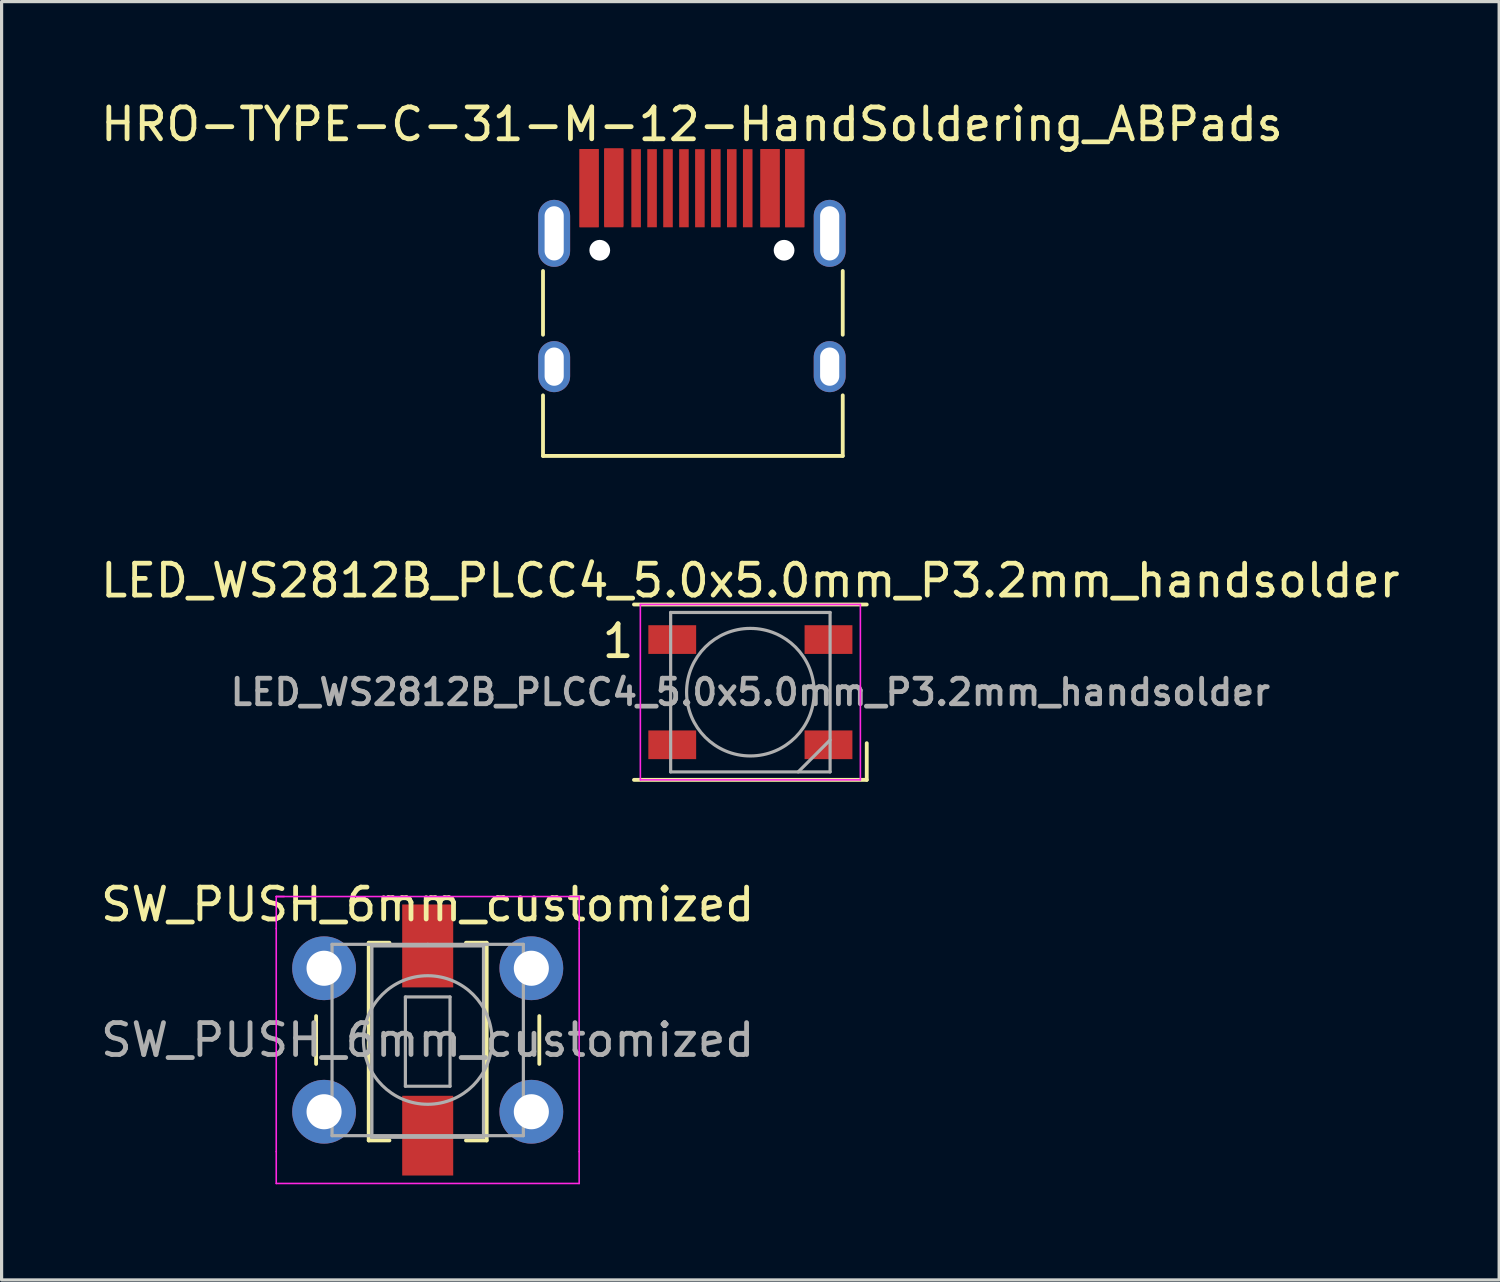
<source format=kicad_pcb>
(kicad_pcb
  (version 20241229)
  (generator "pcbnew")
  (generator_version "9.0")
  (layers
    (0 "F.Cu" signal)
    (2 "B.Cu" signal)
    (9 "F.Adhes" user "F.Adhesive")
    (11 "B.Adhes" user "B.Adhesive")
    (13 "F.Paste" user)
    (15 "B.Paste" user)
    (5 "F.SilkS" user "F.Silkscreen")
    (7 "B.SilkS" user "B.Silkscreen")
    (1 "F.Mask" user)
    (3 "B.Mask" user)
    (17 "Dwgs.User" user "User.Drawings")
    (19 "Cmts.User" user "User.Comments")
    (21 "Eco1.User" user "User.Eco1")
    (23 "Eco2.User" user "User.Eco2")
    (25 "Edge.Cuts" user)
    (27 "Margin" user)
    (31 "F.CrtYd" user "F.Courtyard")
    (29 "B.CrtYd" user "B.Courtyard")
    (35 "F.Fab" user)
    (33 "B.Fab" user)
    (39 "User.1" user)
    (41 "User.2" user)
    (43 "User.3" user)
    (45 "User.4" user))
  (footprint "SW_PUSH_6mm_customized"
    (layer "F.Cu")
    (at 7.113 27.315)
    (property "Reference" "SW_PUSH_6mm_customized" (at 3.25 -2 0) (layer "F.SilkS") (effects (font (size 1 1) (thickness 0.15))))
    (attr through_hole)
    (fp_line (start -0.25 1.5) (end -0.25 3) (stroke (width 0.12) (type solid)) (layer "F.SilkS"))
    (fp_line (start 1.4 -0.8) (end 1.4 5.4) (stroke (width 0.12) (type solid)) (layer "F.SilkS"))
    (fp_line (start 1.4 5.4) (end 2.05 5.4) (stroke (width 0.12) (type solid)) (layer "F.SilkS"))
    (fp_line (start 2.05 -0.8) (end 1.4 -0.8) (stroke (width 0.12) (type solid)) (layer "F.SilkS"))
    (fp_line (start 5.1 -0.8) (end 4.45 -0.8) (stroke (width 0.12) (type solid)) (layer "F.SilkS"))
    (fp_line (start 5.1 5.4) (end 4.45 5.4) (stroke (width 0.12) (type solid)) (layer "F.SilkS"))
    (fp_line (start 5.1 5.4) (end 5.1 -0.8) (stroke (width 0.12) (type solid)) (layer "F.SilkS"))
    (fp_line (start 6.75 3) (end 6.75 1.5) (stroke (width 0.12) (type solid)) (layer "F.SilkS"))
    (fp_line (start -1.5 -2.25) (end -1.25 -2.25) (stroke (width 0.05) (type solid)) (layer "F.CrtYd"))
    (fp_line (start -1.5 -2.25) (end 8 -2.25) (stroke (width 0.05) (type solid)) (layer "F.CrtYd"))
    (fp_line (start -1.5 -1.25) (end -1.5 -2.25) (stroke (width 0.05) (type solid)) (layer "F.CrtYd"))
    (fp_line (start -1.5 5.75) (end -1.5 -1.25) (stroke (width 0.05) (type solid)) (layer "F.CrtYd"))
    (fp_line (start -1.5 5.75) (end -1.5 6.75) (stroke (width 0.05) (type solid)) (layer "F.CrtYd"))
    (fp_line (start 8 -2.25) (end 8 -1.25) (stroke (width 0.05) (type solid)) (layer "F.CrtYd"))
    (fp_line (start 8 -1.25) (end 8 5.75) (stroke (width 0.05) (type solid)) (layer "F.CrtYd"))
    (fp_line (start 8 6.75) (end -1.5 6.75) (stroke (width 0.05) (type solid)) (layer "F.CrtYd"))
    (fp_line (start 8 6.75) (end 8 5.75) (stroke (width 0.05) (type solid)) (layer "F.CrtYd"))
    (fp_line (start 0.25 -0.75) (end 3.25 -0.75) (stroke (width 0.1) (type solid)) (layer "F.Fab"))
    (fp_line (start 0.25 5.25) (end 0.25 -0.75) (stroke (width 0.1) (type solid)) (layer "F.Fab"))
    (fp_line (start 1.5 -0.7) (end 5 -0.7) (stroke (width 0.1) (type solid)) (layer "F.Fab"))
    (fp_line (start 1.5 5.3) (end 1.5 -0.7) (stroke (width 0.1) (type solid)) (layer "F.Fab"))
    (fp_line (start 2.55 0.9) (end 3.95 0.9) (stroke (width 0.1) (type solid)) (layer "F.Fab"))
    (fp_line (start 2.55 3.7) (end 2.55 0.9) (stroke (width 0.1) (type solid)) (layer "F.Fab"))
    (fp_line (start 3.25 -0.75) (end 6.25 -0.75) (stroke (width 0.1) (type solid)) (layer "F.Fab"))
    (fp_line (start 3.95 0.9) (end 3.95 3.7) (stroke (width 0.1) (type solid)) (layer "F.Fab"))
    (fp_line (start 3.95 3.7) (end 2.55 3.7) (stroke (width 0.1) (type solid)) (layer "F.Fab"))
    (fp_line (start 5 -0.7) (end 5 5.3) (stroke (width 0.1) (type solid)) (layer "F.Fab"))
    (fp_line (start 5 5.3) (end 1.5 5.3) (stroke (width 0.1) (type solid)) (layer "F.Fab"))
    (fp_line (start 6.25 -0.75) (end 6.25 5.25) (stroke (width 0.1) (type solid)) (layer "F.Fab"))
    (fp_line (start 6.25 5.25) (end 0.25 5.25) (stroke (width 0.1) (type solid)) (layer "F.Fab"))
    (fp_circle (center 3.25 2.25) (end 1.25 2.5) (stroke (width 0.1) (type solid)) (fill no) (layer "F.Fab"))
    (fp_text user "${REFERENCE}" (at 3.25 2.25 0) (layer "F.Fab") (effects (font (size 1 1) (thickness 0.15))))
    (pad "" thru_hole circle (at 0 4.5 90) (size 2 2) (drill 1.1) (layers "*.Cu" "*.Mask"))
    (pad "" thru_hole circle (at 6.5 0 90) (size 2 2) (drill 1.1) (layers "*.Cu" "*.Mask"))
    (pad "1" thru_hole circle (at 0 0 90) (size 2 2) (drill 1.1) (layers "*.Cu" "*.Mask"))
    (pad "1" smd rect (at 3.25 -0.7 270) (size 2.6 1.6) (layers "F.Cu" "F.Mask" "F.Paste"))
    (pad "2" smd rect (at 3.25 5.25 270) (size 2.5 1.6) (layers "F.Cu" "F.Mask" "F.Paste"))
    (pad "2" thru_hole circle (at 6.5 4.5 90) (size 2 2) (drill 1.1) (layers "*.Cu" "*.Mask")))
  (footprint "LED_WS2812B_PLCC4_5.0x5.0mm_P3.2mm_handsolder"
    (layer "F.Cu")
    (at 20.482 18.657)
    (property "Reference" "LED_WS2812B_PLCC4_5.0x5.0mm_P3.2mm_handsolder" (at 0 -3.5 0) (layer "F.SilkS") (effects (font (size 1 1) (thickness 0.15))))
    (attr smd)
    (fp_line (start -3.65 -2.75) (end 3.65 -2.75) (stroke (width 0.12) (type solid)) (layer "F.SilkS"))
    (fp_line (start -3.65 2.75) (end 3.65 2.75) (stroke (width 0.12) (type solid)) (layer "F.SilkS"))
    (fp_line (start 3.65 2.75) (end 3.65 1.6) (stroke (width 0.12) (type solid)) (layer "F.SilkS"))
    (fp_line (start -3.45 -2.75) (end -3.45 2.75) (stroke (width 0.05) (type solid)) (layer "F.CrtYd"))
    (fp_line (start -3.45 2.75) (end 3.45 2.75) (stroke (width 0.05) (type solid)) (layer "F.CrtYd"))
    (fp_line (start 3.45 -2.75) (end -3.45 -2.75) (stroke (width 0.05) (type solid)) (layer "F.CrtYd"))
    (fp_line (start 3.45 2.75) (end 3.45 -2.75) (stroke (width 0.05) (type solid)) (layer "F.CrtYd"))
    (fp_line (start -2.5 -2.5) (end -2.5 2.5) (stroke (width 0.1) (type solid)) (layer "F.Fab"))
    (fp_line (start -2.5 2.5) (end 2.5 2.5) (stroke (width 0.1) (type solid)) (layer "F.Fab"))
    (fp_line (start 2.5 -2.5) (end -2.5 -2.5) (stroke (width 0.1) (type solid)) (layer "F.Fab"))
    (fp_line (start 2.5 1.5) (end 1.5 2.5) (stroke (width 0.1) (type solid)) (layer "F.Fab"))
    (fp_line (start 2.5 2.5) (end 2.5 -2.5) (stroke (width 0.1) (type solid)) (layer "F.Fab"))
    (fp_circle (center 0 0) (end 0 -2) (stroke (width 0.1) (type solid)) (fill no) (layer "F.Fab"))
    (fp_text user "1" (at -4.15 -1.6 0) (layer "F.SilkS") (effects (font (size 1 1) (thickness 0.15))))
    (fp_text user "${REFERENCE}" (at 0 0 0) (layer "F.Fab") (effects (font (size 0.8 0.8) (thickness 0.15))))
    (pad "1" smd rect (at -2.45 -1.65) (size 1.5 0.9) (layers "F.Cu" "F.Mask" "F.Paste"))
    (pad "2" smd rect (at -2.45 1.65) (size 1.5 0.9) (layers "F.Cu" "F.Mask" "F.Paste"))
    (pad "3" smd rect (at 2.45 1.65) (size 1.5 0.9) (layers "F.Cu" "F.Mask" "F.Paste"))
    (pad "4" smd rect (at 2.45 -1.65) (size 1.5 0.9) (layers "F.Cu" "F.Mask" "F.Paste")))
  (footprint "HRO-TYPE-C-31-M-12-HandSoldering_ABPads"
    (layer "F.Cu")
    (at 18.649 11.048)
    (property "Reference" "HRO-TYPE-C-31-M-12-HandSoldering_ABPads" (at 0 -10.2 0) (layer "F.SilkS") (effects (font (size 1 1) (thickness 0.15))))
    (attr smd)
    (fp_line (start -4.67 -5.6) (end -4.67 -3.6) (stroke (width 0.12) (type solid)) (layer "F.SilkS"))
    (fp_line (start -4.67 -1.7) (end -4.67 0.2) (stroke (width 0.12) (type solid)) (layer "F.SilkS"))
    (fp_line (start -4.67 0.2) (end 4.73 0.2) (stroke (width 0.12) (type solid)) (layer "F.SilkS"))
    (fp_line (start 4.73 -5.6) (end 4.73 -3.6) (stroke (width 0.12) (type solid)) (layer "F.SilkS"))
    (fp_line (start 4.73 -1.7) (end 4.73 0.2) (stroke (width 0.12) (type solid)) (layer "F.SilkS"))
    (pad "" np_thru_hole circle (at -2.89 -6.25) (size 0.65 0.65) (drill 0.65) (layers "*.Cu" "*.Mask"))
    (pad "" np_thru_hole circle (at 2.89 -6.25) (size 0.65 0.65) (drill 0.65) (layers "*.Cu" "*.Mask"))
    (pad "A1" smd rect (at -3.225 -8.195) (size 0.6 2.45) (layers "F.Cu" "F.Mask" "F.Paste"))
    (pad "A4" smd rect (at -2.45 -8.195) (size 0.6 2.45) (layers "F.Cu" "F.Mask" "F.Paste"))
    (pad "A5" smd rect (at -1.25 -8.195) (size 0.3 2.45) (layers "F.Cu" "F.Mask" "F.Paste"))
    (pad "A6" smd rect (at -0.25 -8.195) (size 0.3 2.45) (layers "F.Cu" "F.Mask" "F.Paste"))
    (pad "A7" smd rect (at 0.25 -8.195) (size 0.3 2.45) (layers "F.Cu" "F.Mask" "F.Paste"))
    (pad "A8" smd rect (at 1.25 -8.195) (size 0.3 2.45) (layers "F.Cu" "F.Mask" "F.Paste"))
    (pad "A9" smd rect (at 2.45 -8.2) (size 0.6 2.45) (layers "F.Cu" "F.Mask" "F.Paste"))
    (pad "A12" smd rect (at 3.225 -8.195) (size 0.6 2.45) (layers "F.Cu" "F.Mask" "F.Paste"))
    (pad "B1" smd rect (at 3.225 -8.2) (size 0.6 2.45) (layers "F.Cu" "F.Mask" "F.Paste"))
    (pad "B4" smd rect (at 2.45 -8.195) (size 0.6 2.45) (layers "F.Cu" "F.Mask" "F.Paste"))
    (pad "B5" smd rect (at 1.75 -8.195) (size 0.3 2.45) (layers "F.Cu" "F.Mask" "F.Paste"))
    (pad "B6" smd rect (at 0.75 -8.195) (size 0.3 2.45) (layers "F.Cu" "F.Mask" "F.Paste"))
    (pad "B7" smd rect (at -0.75 -8.195) (size 0.3 2.45) (layers "F.Cu" "F.Mask" "F.Paste"))
    (pad "B8" smd rect (at -1.75 -8.195) (size 0.3 2.45) (layers "F.Cu" "F.Mask" "F.Paste"))
    (pad "B9" smd rect (at -2.45 -8.225) (size 0.6 2.45) (layers "F.Cu" "F.Mask" "F.Paste"))
    (pad "B12" smd rect (at -3.225 -8.2) (size 0.6 2.45) (layers "F.Cu" "F.Mask" "F.Paste"))
    (pad "S1" thru_hole oval (at -4.32 -6.78) (size 1 2.1) (drill oval 0.6 1.7) (layers "*.Cu" "*.Mask" "F.Paste"))
    (pad "S1" thru_hole oval (at -4.32 -2.6) (size 1 1.6) (drill oval 0.6 1.2) (layers "*.Cu" "*.Mask" "F.Paste"))
    (pad "S1" thru_hole oval (at 4.32 -6.78) (size 1 2.1) (drill oval 0.6 1.7) (layers "*.Cu" "*.Mask" "F.Paste"))
    (pad "S1" thru_hole oval (at 4.32 -2.6) (size 1 1.6) (drill oval 0.6 1.2) (layers "*.Cu" "*.Mask" "F.Paste")))
  (gr_rect
    (start -3 -3)
    (end 43.964 37.09)
    (stroke (width 0.1) (type default))
    (fill no)
    (layer "Edge.Cuts")))
</source>
